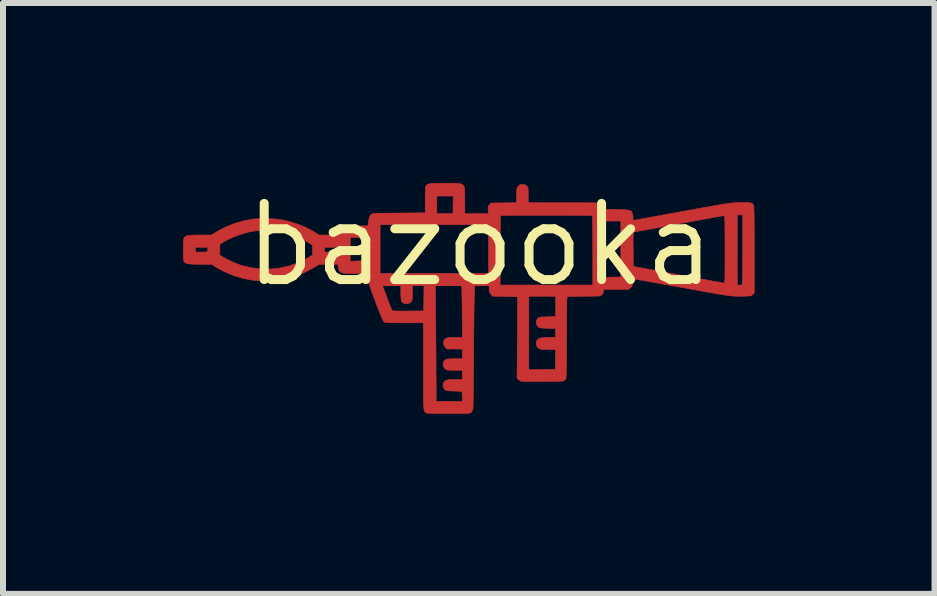
<source format=kicad_pcb>
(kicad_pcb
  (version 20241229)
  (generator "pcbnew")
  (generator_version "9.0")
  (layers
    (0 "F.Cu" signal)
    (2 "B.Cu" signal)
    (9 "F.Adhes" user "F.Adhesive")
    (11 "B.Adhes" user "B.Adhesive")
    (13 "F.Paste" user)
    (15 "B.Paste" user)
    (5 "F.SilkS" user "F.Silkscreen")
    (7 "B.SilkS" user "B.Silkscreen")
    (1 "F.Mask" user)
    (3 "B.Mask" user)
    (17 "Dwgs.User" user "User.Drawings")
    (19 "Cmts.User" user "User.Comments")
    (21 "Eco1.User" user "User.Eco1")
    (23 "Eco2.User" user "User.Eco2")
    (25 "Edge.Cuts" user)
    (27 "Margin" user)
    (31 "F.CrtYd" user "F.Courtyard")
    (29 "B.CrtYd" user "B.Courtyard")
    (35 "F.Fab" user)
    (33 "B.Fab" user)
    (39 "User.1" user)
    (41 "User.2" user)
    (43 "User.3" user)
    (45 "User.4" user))
  (footprint "bazooka"
    (layer "F.Cu")
    (at 4.953 1.031)
    (property "Reference" "bazooka" (at 0 0 0) (layer "F.SilkS") (effects (font (size 1.27 1.27) (thickness 0.15))))
    (attr through_hole)
    (fp_poly (pts (xy -0.499 -1.026) (xy -0.431 -1.025) (xy -0.38 -1.023) (xy -0.341 -1.019) (xy -0.313 -1.013) (xy -0.294 -1.005) (xy -0.28 -0.994) (xy -0.271 -0.98) (xy -0.266 -0.971) (xy -0.261 -0.949) (xy -0.258 -0.908) (xy -0.255 -0.848) (xy -0.254 -0.768) (xy -0.254 -0.731) (xy -0.254 -0.518) (xy -0.056 -0.518) (xy 0.142 -0.518) (xy 0.136 -0.577) (xy 0.133 -0.612) (xy 0.136 -0.635) (xy 0.145 -0.653) (xy 0.155 -0.666) (xy 0.181 -0.696) (xy 0.395 -0.699) (xy 0.61 -0.702) (xy 0.61 -0.823) (xy 0.61 -0.874) (xy 0.611 -0.91) (xy 0.614 -0.934) (xy 0.62 -0.951) (xy 0.628 -0.965) (xy 0.636 -0.975) (xy 0.657 -0.995) (xy 0.68 -1.004) (xy 0.707 -1.006) (xy 0.743 -1.002) (xy 0.769 -0.989) (xy 0.778 -0.981) (xy 0.788 -0.969) (xy 0.795 -0.957) (xy 0.799 -0.94) (xy 0.802 -0.913) (xy 0.803 -0.874) (xy 0.803 -0.829) (xy 0.803 -0.701) (xy 1.406 -0.701) (xy 1.532 -0.701) (xy 1.639 -0.701) (xy 1.729 -0.701) (xy 1.803 -0.7) (xy 1.863 -0.7) (xy 1.911 -0.699) (xy 1.949 -0.698) (xy 1.977 -0.696) (xy 1.997 -0.694) (xy 2.012 -0.692) (xy 2.022 -0.689) (xy 2.029 -0.685) (xy 2.035 -0.681) (xy 2.035 -0.68) (xy 2.057 -0.654) (xy 2.068 -0.625) (xy 2.075 -0.591) (xy 2.279 -0.587) (xy 2.355 -0.586) (xy 2.413 -0.584) (xy 2.456 -0.58) (xy 2.487 -0.575) (xy 2.509 -0.568) (xy 2.523 -0.557) (xy 2.533 -0.543) (xy 2.539 -0.531) (xy 2.546 -0.506) (xy 2.55 -0.472) (xy 2.55 -0.457) (xy 2.551 -0.428) (xy 2.552 -0.41) (xy 2.554 -0.406) (xy 2.564 -0.408) (xy 2.592 -0.413) (xy 2.637 -0.421) (xy 2.696 -0.432) (xy 2.767 -0.445) (xy 2.848 -0.46) (xy 2.939 -0.476) (xy 3.035 -0.494) (xy 3.054 -0.497) (xy 3.058 -0.498) (xy 4.288 -0.498) (xy 4.288 0.671) (xy 4.366 0.671) (xy 4.372 0.608) (xy 4.374 0.586) (xy 4.375 0.545) (xy 4.376 0.489) (xy 4.377 0.419) (xy 4.378 0.337) (xy 4.378 0.247) (xy 4.379 0.149) (xy 4.379 0.046) (xy 4.379 0.024) (xy 4.379 -0.498) (xy 4.288 -0.498) (xy 3.058 -0.498) (xy 3.226 -0.529) (xy 3.38 -0.556) (xy 3.516 -0.581) (xy 3.635 -0.603) (xy 3.74 -0.622) (xy 3.831 -0.638) (xy 3.91 -0.652) (xy 3.978 -0.664) (xy 4.035 -0.673) (xy 4.084 -0.681) (xy 4.125 -0.687) (xy 4.161 -0.692) (xy 4.191 -0.696) (xy 4.218 -0.699) (xy 4.242 -0.701) (xy 4.265 -0.702) (xy 4.289 -0.703) (xy 4.313 -0.704) (xy 4.328 -0.704) (xy 4.401 -0.706) (xy 4.457 -0.705) (xy 4.498 -0.7) (xy 4.527 -0.693) (xy 4.546 -0.681) (xy 4.56 -0.664) (xy 4.561 -0.662) (xy 4.563 -0.649) (xy 4.566 -0.619) (xy 4.567 -0.571) (xy 4.569 -0.505) (xy 4.57 -0.422) (xy 4.571 -0.319) (xy 4.572 -0.198) (xy 4.572 -0.056) (xy 4.572 0.081) (xy 4.572 0.804) (xy 4.547 0.829) (xy 4.514 0.85) (xy 4.484 0.854) (xy 4.433 0.856) (xy 4.388 0.857) (xy 4.349 0.858) (xy 4.313 0.858) (xy 4.278 0.858) (xy 4.244 0.856) (xy 4.207 0.853) (xy 4.168 0.849) (xy 4.123 0.844) (xy 4.072 0.836) (xy 4.012 0.827) (xy 3.942 0.815) (xy 3.861 0.801) (xy 3.766 0.784) (xy 3.656 0.764) (xy 3.529 0.741) (xy 3.386 0.715) (xy 3.26 0.692) (xy 3.14 0.67) (xy 3.027 0.65) (xy 2.923 0.632) (xy 2.829 0.615) (xy 2.746 0.6) (xy 2.677 0.588) (xy 2.622 0.579) (xy 2.584 0.572) (xy 2.563 0.569) (xy 2.56 0.569) (xy 2.549 0.571) (xy 2.543 0.581) (xy 2.54 0.603) (xy 2.54 0.629) (xy 2.539 0.664) (xy 2.534 0.686) (xy 2.523 0.703) (xy 2.509 0.715) (xy 2.477 0.742) (xy 2.062 0.742) (xy 2.062 0.773) (xy 2.053 0.807) (xy 2.029 0.836) (xy 1.995 0.852) (xy 1.979 0.855) (xy 1.96 0.855) (xy 1.923 0.856) (xy 1.873 0.856) (xy 1.812 0.857) (xy 1.745 0.858) (xy 1.707 0.858) (xy 1.639 0.859) (xy 1.577 0.86) (xy 1.525 0.861) (xy 1.485 0.861) (xy 1.461 0.862) (xy 1.455 0.862) (xy 1.453 0.866) (xy 1.451 0.879) (xy 1.449 0.902) (xy 1.447 0.936) (xy 1.446 0.981) (xy 1.445 1.041) (xy 1.444 1.115) (xy 1.443 1.205) (xy 1.443 1.311) (xy 1.443 1.436) (xy 1.443 1.537) (xy 1.442 1.678) (xy 1.442 1.799) (xy 1.442 1.903) (xy 1.441 1.991) (xy 1.44 2.063) (xy 1.439 2.12) (xy 1.437 2.165) (xy 1.435 2.198) (xy 1.433 2.22) (xy 1.431 2.233) (xy 1.43 2.235) (xy 1.411 2.257) (xy 1.386 2.271) (xy 1.37 2.273) (xy 1.337 2.274) (xy 1.289 2.276) (xy 1.23 2.277) (xy 1.163 2.278) (xy 1.09 2.279) (xy 1.014 2.28) (xy 0.938 2.28) (xy 0.866 2.28) (xy 0.8 2.279) (xy 0.743 2.278) (xy 0.698 2.277) (xy 0.693 2.277) (xy 0.67 2.269) (xy 0.646 2.252) (xy 0.643 2.249) (xy 0.616 2.223) (xy 0.618 2.083) (xy 0.813 2.083) (xy 1.255 2.078) (xy 1.258 1.913) (xy 1.26 1.748) (xy 1.145 1.748) (xy 1.095 1.747) (xy 1.049 1.744) (xy 1.014 1.74) (xy 0.997 1.736) (xy 0.964 1.715) (xy 0.943 1.682) (xy 0.936 1.643) (xy 0.944 1.604) (xy 0.951 1.59) (xy 0.969 1.572) (xy 0.996 1.558) (xy 1.036 1.55) (xy 1.09 1.546) (xy 1.151 1.544) (xy 1.261 1.544) (xy 1.255 1.397) (xy 1.119 1.392) (xy 1.064 1.39) (xy 1.026 1.387) (xy 1 1.384) (xy 0.984 1.379) (xy 0.972 1.372) (xy 0.962 1.361) (xy 0.959 1.358) (xy 0.938 1.32) (xy 0.936 1.279) (xy 0.953 1.24) (xy 0.959 1.232) (xy 0.97 1.221) (xy 0.98 1.213) (xy 0.995 1.208) (xy 1.018 1.205) (xy 1.052 1.203) (xy 1.102 1.201) (xy 1.122 1.201) (xy 1.26 1.197) (xy 1.26 0.858) (xy 0.813 0.858) (xy 0.813 2.083) (xy 0.618 2.083) (xy 0.623 1.543) (xy 0.624 1.428) (xy 0.625 1.318) (xy 0.626 1.217) (xy 0.626 1.125) (xy 0.626 1.044) (xy 0.626 0.976) (xy 0.625 0.922) (xy 0.624 0.885) (xy 0.623 0.865) (xy 0.622 0.862) (xy 0.61 0.862) (xy 0.581 0.861) (xy 0.538 0.861) (xy 0.484 0.86) (xy 0.423 0.859) (xy 0.412 0.859) (xy 0.21 0.857) (xy 0.181 0.824) (xy 0.164 0.801) (xy 0.155 0.776) (xy 0.152 0.742) (xy 0.152 0.736) (xy 0.152 0.681) (xy -0.088 0.681) (xy -0.095 0.831) (xy -0.096 0.864) (xy -0.097 0.916) (xy -0.098 0.984) (xy -0.1 1.068) (xy -0.101 1.164) (xy -0.102 1.271) (xy -0.103 1.388) (xy -0.105 1.512) (xy -0.106 1.642) (xy -0.107 1.776) (xy -0.107 1.844) (xy -0.108 1.975) (xy -0.109 2.102) (xy -0.11 2.221) (xy -0.111 2.332) (xy -0.112 2.432) (xy -0.113 2.522) (xy -0.114 2.598) (xy -0.115 2.659) (xy -0.116 2.705) (xy -0.117 2.732) (xy -0.118 2.74) (xy -0.131 2.772) (xy -0.149 2.794) (xy -0.157 2.799) (xy -0.166 2.804) (xy -0.179 2.807) (xy -0.197 2.81) (xy -0.224 2.812) (xy -0.26 2.813) (xy -0.308 2.814) (xy -0.371 2.814) (xy -0.45 2.814) (xy -0.527 2.814) (xy -0.628 2.814) (xy -0.715 2.813) (xy -0.786 2.811) (xy -0.841 2.809) (xy -0.878 2.807) (xy -0.896 2.804) (xy -0.897 2.803) (xy -0.906 2.798) (xy -0.914 2.792) (xy -0.92 2.784) (xy -0.926 2.773) (xy -0.931 2.757) (xy -0.935 2.735) (xy -0.938 2.706) (xy -0.94 2.667) (xy -0.942 2.619) (xy -0.943 2.558) (xy -0.944 2.485) (xy -0.945 2.396) (xy -0.945 2.292) (xy -0.945 2.17) (xy -0.945 2.03) (xy -0.945 2.017) (xy -0.945 1.3) (xy -1.264 1.3) (xy -1.354 1.3) (xy -1.425 1.3) (xy -1.481 1.299) (xy -1.523 1.298) (xy -1.554 1.296) (xy -1.575 1.294) (xy -1.589 1.291) (xy -1.599 1.286) (xy -1.604 1.283) (xy -1.614 1.267) (xy -1.63 1.234) (xy -1.652 1.182) (xy -1.68 1.114) (xy -1.713 1.029) (xy -1.747 0.938) (xy -1.78 0.849) (xy -1.807 0.776) (xy -1.828 0.718) (xy -1.837 0.69) (xy -1.622 0.69) (xy -1.621 0.697) (xy -1.621 0.699) (xy -1.615 0.714) (xy -1.603 0.745) (xy -1.587 0.787) (xy -1.568 0.836) (xy -1.56 0.859) (xy -1.532 0.931) (xy -1.511 0.988) (xy -1.494 1.029) (xy -1.482 1.059) (xy -1.473 1.079) (xy -1.467 1.091) (xy -1.462 1.097) (xy -1.459 1.099) (xy -1.446 1.101) (xy -1.416 1.103) (xy -1.371 1.104) (xy -1.314 1.105) (xy -1.249 1.105) (xy -1.194 1.105) (xy -0.94 1.102) (xy -0.934 0.681) (xy -0.745 0.681) (xy -0.738 1.46) (xy -0.737 1.59) (xy -0.736 1.718) (xy -0.735 1.842) (xy -0.734 1.96) (xy -0.734 2.071) (xy -0.733 2.171) (xy -0.732 2.259) (xy -0.732 2.332) (xy -0.732 2.39) (xy -0.732 2.426) (xy -0.732 2.611) (xy -0.294 2.611) (xy -0.297 2.527) (xy -0.3 2.443) (xy -0.435 2.438) (xy -0.49 2.436) (xy -0.528 2.434) (xy -0.554 2.431) (xy -0.571 2.426) (xy -0.583 2.418) (xy -0.593 2.408) (xy -0.595 2.405) (xy -0.616 2.369) (xy -0.617 2.329) (xy -0.608 2.301) (xy -0.594 2.279) (xy -0.575 2.264) (xy -0.546 2.254) (xy -0.505 2.248) (xy -0.448 2.246) (xy -0.417 2.245) (xy -0.295 2.245) (xy -0.295 2.093) (xy -0.424 2.093) (xy -0.48 2.092) (xy -0.52 2.09) (xy -0.547 2.087) (xy -0.564 2.082) (xy -0.575 2.075) (xy -0.604 2.041) (xy -0.616 2.002) (xy -0.613 1.963) (xy -0.592 1.929) (xy -0.582 1.921) (xy -0.569 1.912) (xy -0.554 1.906) (xy -0.531 1.903) (xy -0.498 1.901) (xy -0.45 1.9) (xy -0.425 1.9) (xy -0.295 1.9) (xy -0.295 1.835) (xy -0.294 1.798) (xy -0.291 1.768) (xy -0.288 1.753) (xy -0.288 1.747) (xy -0.295 1.742) (xy -0.311 1.74) (xy -0.341 1.738) (xy -0.386 1.737) (xy -0.416 1.737) (xy -0.55 1.737) (xy -0.58 1.708) (xy -0.604 1.671) (xy -0.609 1.629) (xy -0.598 1.592) (xy -0.586 1.573) (xy -0.568 1.56) (xy -0.54 1.551) (xy -0.5 1.546) (xy -0.444 1.544) (xy -0.415 1.544) (xy -0.292 1.544) (xy -0.298 1.115) (xy -0.299 1.024) (xy -0.3 0.939) (xy -0.302 0.863) (xy -0.303 0.797) (xy -0.303 0.745) (xy -0.304 0.707) (xy -0.304 0.687) (xy -0.305 0.683) (xy -0.314 0.683) (xy -0.341 0.682) (xy -0.383 0.681) (xy -0.436 0.681) (xy -0.498 0.681) (xy -0.525 0.681) (xy -0.745 0.681) (xy -0.934 0.681) (xy -1.128 0.681) (xy -1.128 0.803) (xy -1.128 0.855) (xy -1.129 0.891) (xy -1.132 0.914) (xy -1.137 0.93) (xy -1.145 0.943) (xy -1.157 0.956) (xy -1.194 0.98) (xy -1.236 0.985) (xy -1.273 0.974) (xy -1.292 0.962) (xy -1.306 0.943) (xy -1.314 0.914) (xy -1.319 0.872) (xy -1.321 0.813) (xy -1.321 0.797) (xy -1.321 0.681) (xy -1.474 0.681) (xy -1.533 0.681) (xy -1.574 0.682) (xy -1.601 0.683) (xy -1.616 0.686) (xy -1.622 0.69) (xy -1.837 0.69) (xy -1.844 0.672) (xy -1.855 0.636) (xy -1.862 0.608) (xy -1.867 0.584) (xy -1.869 0.564) (xy -1.869 0.545) (xy -1.869 0.478) (xy -2.078 0.478) (xy -2.154 0.477) (xy -2.212 0.476) (xy -2.254 0.474) (xy -2.285 0.471) (xy -2.305 0.467) (xy -2.316 0.463) (xy -2.343 0.438) (xy -2.361 0.4) (xy -2.367 0.354) (xy -2.367 0.325) (xy -2.679 0.325) (xy -2.77 0.379) (xy -2.926 0.462) (xy -3.088 0.525) (xy -3.256 0.57) (xy -3.426 0.597) (xy -3.597 0.604) (xy -3.768 0.593) (xy -3.937 0.563) (xy -4.103 0.514) (xy -4.264 0.447) (xy -4.405 0.37) (xy -4.477 0.325) (xy -4.667 0.325) (xy -4.747 0.324) (xy -4.808 0.322) (xy -4.855 0.318) (xy -4.889 0.312) (xy -4.912 0.302) (xy -4.928 0.289) (xy -4.937 0.276) (xy -4.941 0.258) (xy -4.944 0.222) (xy -4.947 0.17) (xy -4.948 0.107) (xy -4.948 0.079) (xy -4.948 0.041) (xy -4.745 0.041) (xy -4.745 0.122) (xy -4.644 0.122) (xy -4.589 0.121) (xy -4.555 0.117) (xy -4.54 0.111) (xy -4.539 0.11) (xy -4.538 0.092) (xy -4.54 0.069) (xy -4.544 0.041) (xy -4.745 0.041) (xy -4.948 0.041) (xy -4.948 0.008) (xy -4.947 -0.007) (xy -4.338 -0.007) (xy -4.338 0.171) (xy -4.29 0.202) (xy -4.232 0.235) (xy -4.162 0.27) (xy -4.087 0.303) (xy -4.013 0.332) (xy -3.957 0.35) (xy -3.81 0.384) (xy -3.657 0.403) (xy -3.503 0.405) (xy -3.363 0.392) (xy -3.201 0.357) (xy -3.045 0.304) (xy -2.898 0.233) (xy -2.854 0.208) (xy -2.794 0.171) (xy -2.794 0.122) (xy -2.596 0.122) (xy -2.367 0.122) (xy -2.367 0.041) (xy -2.589 0.041) (xy -2.593 0.081) (xy -2.596 0.122) (xy -2.794 0.122) (xy -2.794 0.005) (xy -2.853 -0.032) (xy -2.991 -0.109) (xy -3.022 -0.122) (xy -2.164 -0.122) (xy -2.164 0.277) (xy -2.056 0.271) (xy -2.006 0.268) (xy -1.96 0.266) (xy -1.924 0.264) (xy -1.909 0.264) (xy -1.869 0.264) (xy -1.869 -0.122) (xy -2.164 -0.122) (xy -3.022 -0.122) (xy -3.141 -0.17) (xy -3.301 -0.214) (xy -3.305 -0.215) (xy -3.381 -0.227) (xy -3.469 -0.235) (xy -3.563 -0.238) (xy -3.657 -0.237) (xy -3.744 -0.232) (xy -3.818 -0.221) (xy -3.82 -0.221) (xy -3.917 -0.197) (xy -4.018 -0.165) (xy -4.117 -0.127) (xy -4.209 -0.085) (xy -4.287 -0.041) (xy -4.3 -0.033) (xy -4.338 -0.007) (xy -4.947 -0.007) (xy -4.946 -0.046) (xy -4.942 -0.085) (xy -4.935 -0.112) (xy -4.925 -0.129) (xy -4.909 -0.141) (xy -4.888 -0.149) (xy -4.879 -0.152) (xy -4.857 -0.155) (xy -4.818 -0.158) (xy -4.767 -0.161) (xy -4.709 -0.162) (xy -4.659 -0.163) (xy -4.477 -0.163) (xy -4.403 -0.209) (xy -4.257 -0.289) (xy -4.099 -0.353) (xy -3.932 -0.401) (xy -3.8 -0.426) (xy -3.729 -0.434) (xy -3.644 -0.437) (xy -3.552 -0.437) (xy -3.46 -0.433) (xy -3.374 -0.426) (xy -3.312 -0.417) (xy -3.181 -0.388) (xy -3.048 -0.347) (xy -2.921 -0.296) (xy -2.804 -0.237) (xy -2.748 -0.203) (xy -2.686 -0.163) (xy -2.367 -0.163) (xy -2.367 -0.192) (xy -2.364 -0.222) (xy -2.356 -0.254) (xy -2.347 -0.273) (xy -2.335 -0.287) (xy -2.317 -0.298) (xy -2.289 -0.306) (xy -2.251 -0.311) (xy -2.199 -0.314) (xy -2.131 -0.315) (xy -2.074 -0.315) (xy -1.871 -0.315) (xy -1.868 -0.335) (xy -1.666 -0.335) (xy -1.666 0.478) (xy 0.142 0.478) (xy 0.142 0.093) (xy 0.335 0.093) (xy 0.335 0.671) (xy 1.88 0.671) (xy 1.88 0.091) (xy 1.879 -0.015) (xy 1.879 -0.115) (xy 1.879 -0.207) (xy 1.878 -0.289) (xy 1.877 -0.36) (xy 1.876 -0.396) (xy 2.083 -0.396) (xy 2.083 0.551) (xy 2.121 0.545) (xy 2.148 0.542) (xy 2.189 0.54) (xy 2.236 0.539) (xy 2.253 0.539) (xy 2.347 0.538) (xy 2.347 -0.01) (xy 2.552 -0.01) (xy 2.553 0.074) (xy 2.555 0.36) (xy 2.652 0.379) (xy 2.68 0.384) (xy 2.725 0.392) (xy 2.787 0.404) (xy 2.862 0.417) (xy 2.948 0.433) (xy 3.043 0.451) (xy 3.146 0.47) (xy 3.253 0.489) (xy 3.332 0.504) (xy 3.441 0.524) (xy 3.545 0.543) (xy 3.643 0.561) (xy 3.733 0.578) (xy 3.812 0.592) (xy 3.879 0.605) (xy 3.931 0.614) (xy 3.967 0.621) (xy 3.983 0.624) (xy 4.02 0.631) (xy 4.05 0.637) (xy 4.067 0.639) (xy 4.07 0.638) (xy 4.074 0.635) (xy 4.076 0.626) (xy 4.079 0.612) (xy 4.08 0.59) (xy 4.082 0.559) (xy 4.083 0.517) (xy 4.083 0.463) (xy 4.084 0.395) (xy 4.084 0.312) (xy 4.084 0.211) (xy 4.084 0.092) (xy 4.084 0.076) (xy 4.084 -0.029) (xy 4.084 -0.127) (xy 4.083 -0.218) (xy 4.082 -0.298) (xy 4.081 -0.367) (xy 4.08 -0.422) (xy 4.078 -0.461) (xy 4.077 -0.483) (xy 4.076 -0.488) (xy 4.063 -0.486) (xy 4.032 -0.481) (xy 3.983 -0.472) (xy 3.919 -0.461) (xy 3.84 -0.446) (xy 3.749 -0.43) (xy 3.645 -0.411) (xy 3.532 -0.39) (xy 3.485 -0.381) (xy 3.338 -0.354) (xy 3.201 -0.329) (xy 3.074 -0.305) (xy 2.958 -0.284) (xy 2.855 -0.265) (xy 2.765 -0.249) (xy 2.69 -0.236) (xy 2.631 -0.225) (xy 2.59 -0.218) (xy 2.566 -0.214) (xy 2.561 -0.213) (xy 2.557 -0.206) (xy 2.555 -0.183) (xy 2.553 -0.143) (xy 2.552 -0.086) (xy 2.552 -0.01) (xy 2.347 -0.01) (xy 2.347 -0.396) (xy 2.083 -0.396) (xy 1.876 -0.396) (xy 1.876 -0.417) (xy 1.874 -0.458) (xy 1.873 -0.483) (xy 1.872 -0.489) (xy 1.859 -0.49) (xy 1.828 -0.49) (xy 1.781 -0.491) (xy 1.719 -0.491) (xy 1.645 -0.491) (xy 1.56 -0.492) (xy 1.467 -0.492) (xy 1.367 -0.492) (xy 1.263 -0.492) (xy 1.155 -0.492) (xy 1.047 -0.492) (xy 0.94 -0.492) (xy 0.836 -0.492) (xy 0.738 -0.492) (xy 0.646 -0.492) (xy 0.563 -0.492) (xy 0.49 -0.492) (xy 0.431 -0.491) (xy 0.386 -0.491) (xy 0.358 -0.49) (xy 0.348 -0.49) (xy 0.345 -0.485) (xy 0.343 -0.471) (xy 0.341 -0.447) (xy 0.339 -0.411) (xy 0.338 -0.363) (xy 0.337 -0.3) (xy 0.336 -0.223) (xy 0.336 -0.128) (xy 0.335 -0.016) (xy 0.335 0.093) (xy 0.142 0.093) (xy 0.142 -0.335) (xy -1.666 -0.335) (xy -1.868 -0.335) (xy -1.864 -0.363) (xy -1.854 -0.423) (xy -1.842 -0.465) (xy -1.827 -0.493) (xy -1.818 -0.504) (xy -1.812 -0.509) (xy -1.803 -0.512) (xy -1.791 -0.516) (xy -1.773 -0.518) (xy -1.746 -0.52) (xy -1.711 -0.522) (xy -1.664 -0.524) (xy -1.603 -0.525) (xy -1.527 -0.526) (xy -1.434 -0.527) (xy -1.355 -0.528) (xy -0.913 -0.533) (xy -0.914 -0.744) (xy -0.914 -0.813) (xy -0.721 -0.813) (xy -0.721 -0.518) (xy -0.587 -0.52) (xy -0.452 -0.523) (xy -0.449 -0.668) (xy -0.446 -0.813) (xy -0.721 -0.813) (xy -0.914 -0.813) (xy -0.914 -0.823) (xy -0.913 -0.887) (xy -0.91 -0.935) (xy -0.907 -0.965) (xy -0.904 -0.975) (xy -0.895 -0.99) (xy -0.883 -1.002) (xy -0.865 -1.011) (xy -0.84 -1.017) (xy -0.805 -1.022) (xy -0.758 -1.024) (xy -0.695 -1.026) (xy -0.616 -1.026) (xy -0.584 -1.026) (xy -0.499 -1.026)) (stroke (width 0.01) (type solid)) (fill yes) (layer "F.Cu"))
    (fp_poly (pts (xy -0.499 -1.026) (xy -0.431 -1.025) (xy -0.38 -1.023) (xy -0.341 -1.019) (xy -0.313 -1.013) (xy -0.294 -1.005) (xy -0.28 -0.994) (xy -0.271 -0.98) (xy -0.266 -0.971) (xy -0.261 -0.949) (xy -0.258 -0.908) (xy -0.255 -0.848) (xy -0.254 -0.768) (xy -0.254 -0.731) (xy -0.254 -0.518) (xy -0.056 -0.518) (xy 0.142 -0.518) (xy 0.136 -0.577) (xy 0.133 -0.612) (xy 0.136 -0.635) (xy 0.145 -0.653) (xy 0.155 -0.666) (xy 0.181 -0.696) (xy 0.395 -0.699) (xy 0.61 -0.702) (xy 0.61 -0.823) (xy 0.61 -0.874) (xy 0.611 -0.91) (xy 0.614 -0.934) (xy 0.62 -0.951) (xy 0.628 -0.965) (xy 0.636 -0.975) (xy 0.657 -0.995) (xy 0.68 -1.004) (xy 0.707 -1.006) (xy 0.743 -1.002) (xy 0.769 -0.989) (xy 0.778 -0.981) (xy 0.788 -0.969) (xy 0.795 -0.957) (xy 0.799 -0.94) (xy 0.802 -0.913) (xy 0.803 -0.874) (xy 0.803 -0.829) (xy 0.803 -0.701) (xy 1.406 -0.701) (xy 1.532 -0.701) (xy 1.639 -0.701) (xy 1.729 -0.701) (xy 1.803 -0.7) (xy 1.863 -0.7) (xy 1.911 -0.699) (xy 1.949 -0.698) (xy 1.977 -0.696) (xy 1.997 -0.694) (xy 2.012 -0.692) (xy 2.022 -0.689) (xy 2.029 -0.685) (xy 2.035 -0.681) (xy 2.035 -0.68) (xy 2.057 -0.654) (xy 2.068 -0.625) (xy 2.075 -0.591) (xy 2.279 -0.587) (xy 2.355 -0.586) (xy 2.413 -0.584) (xy 2.456 -0.58) (xy 2.487 -0.575) (xy 2.509 -0.568) (xy 2.523 -0.557) (xy 2.533 -0.543) (xy 2.539 -0.531) (xy 2.546 -0.506) (xy 2.55 -0.472) (xy 2.55 -0.457) (xy 2.551 -0.428) (xy 2.552 -0.41) (xy 2.554 -0.406) (xy 2.564 -0.408) (xy 2.592 -0.413) (xy 2.637 -0.421) (xy 2.696 -0.432) (xy 2.767 -0.445) (xy 2.848 -0.46) (xy 2.939 -0.476) (xy 3.035 -0.494) (xy 3.054 -0.497) (xy 3.058 -0.498) (xy 4.288 -0.498) (xy 4.288 0.671) (xy 4.366 0.671) (xy 4.372 0.608) (xy 4.374 0.586) (xy 4.375 0.545) (xy 4.376 0.489) (xy 4.377 0.419) (xy 4.378 0.337) (xy 4.378 0.247) (xy 4.379 0.149) (xy 4.379 0.046) (xy 4.379 0.024) (xy 4.379 -0.498) (xy 4.288 -0.498) (xy 3.058 -0.498) (xy 3.226 -0.529) (xy 3.38 -0.556) (xy 3.516 -0.581) (xy 3.635 -0.603) (xy 3.74 -0.622) (xy 3.831 -0.638) (xy 3.91 -0.652) (xy 3.978 -0.664) (xy 4.035 -0.673) (xy 4.084 -0.681) (xy 4.125 -0.687) (xy 4.161 -0.692) (xy 4.191 -0.696) (xy 4.218 -0.699) (xy 4.242 -0.701) (xy 4.265 -0.702) (xy 4.289 -0.703) (xy 4.313 -0.704) (xy 4.328 -0.704) (xy 4.401 -0.706) (xy 4.457 -0.705) (xy 4.498 -0.7) (xy 4.527 -0.693) (xy 4.546 -0.681) (xy 4.56 -0.664) (xy 4.561 -0.662) (xy 4.563 -0.649) (xy 4.566 -0.619) (xy 4.567 -0.571) (xy 4.569 -0.505) (xy 4.57 -0.422) (xy 4.571 -0.319) (xy 4.572 -0.198) (xy 4.572 -0.056) (xy 4.572 0.081) (xy 4.572 0.804) (xy 4.547 0.829) (xy 4.514 0.85) (xy 4.484 0.854) (xy 4.433 0.856) (xy 4.388 0.857) (xy 4.349 0.858) (xy 4.313 0.858) (xy 4.278 0.858) (xy 4.244 0.856) (xy 4.207 0.853) (xy 4.168 0.849) (xy 4.123 0.844) (xy 4.072 0.836) (xy 4.012 0.827) (xy 3.942 0.815) (xy 3.861 0.801) (xy 3.766 0.784) (xy 3.656 0.764) (xy 3.529 0.741) (xy 3.386 0.715) (xy 3.26 0.692) (xy 3.14 0.67) (xy 3.027 0.65) (xy 2.923 0.632) (xy 2.829 0.615) (xy 2.746 0.6) (xy 2.677 0.588) (xy 2.622 0.579) (xy 2.584 0.572) (xy 2.563 0.569) (xy 2.56 0.569) (xy 2.549 0.571) (xy 2.543 0.581) (xy 2.54 0.603) (xy 2.54 0.629) (xy 2.539 0.664) (xy 2.534 0.686) (xy 2.523 0.703) (xy 2.509 0.715) (xy 2.477 0.742) (xy 2.062 0.742) (xy 2.062 0.773) (xy 2.053 0.807) (xy 2.029 0.836) (xy 1.995 0.852) (xy 1.979 0.855) (xy 1.96 0.855) (xy 1.923 0.856) (xy 1.873 0.856) (xy 1.812 0.857) (xy 1.745 0.858) (xy 1.707 0.858) (xy 1.639 0.859) (xy 1.577 0.86) (xy 1.525 0.861) (xy 1.485 0.861) (xy 1.461 0.862) (xy 1.455 0.862) (xy 1.453 0.866) (xy 1.451 0.879) (xy 1.449 0.902) (xy 1.447 0.936) (xy 1.446 0.981) (xy 1.445 1.041) (xy 1.444 1.115) (xy 1.443 1.205) (xy 1.443 1.311) (xy 1.443 1.436) (xy 1.443 1.537) (xy 1.442 1.678) (xy 1.442 1.799) (xy 1.442 1.903) (xy 1.441 1.991) (xy 1.44 2.063) (xy 1.439 2.12) (xy 1.437 2.165) (xy 1.435 2.198) (xy 1.433 2.22) (xy 1.431 2.233) (xy 1.43 2.235) (xy 1.411 2.257) (xy 1.386 2.271) (xy 1.37 2.273) (xy 1.337 2.274) (xy 1.289 2.276) (xy 1.23 2.277) (xy 1.163 2.278) (xy 1.09 2.279) (xy 1.014 2.28) (xy 0.938 2.28) (xy 0.866 2.28) (xy 0.8 2.279) (xy 0.743 2.278) (xy 0.698 2.277) (xy 0.693 2.277) (xy 0.67 2.269) (xy 0.646 2.252) (xy 0.643 2.249) (xy 0.616 2.223) (xy 0.618 2.083) (xy 0.813 2.083) (xy 1.255 2.078) (xy 1.258 1.913) (xy 1.26 1.748) (xy 1.145 1.748) (xy 1.095 1.747) (xy 1.049 1.744) (xy 1.014 1.74) (xy 0.997 1.736) (xy 0.964 1.715) (xy 0.943 1.682) (xy 0.936 1.643) (xy 0.944 1.604) (xy 0.951 1.59) (xy 0.969 1.572) (xy 0.996 1.558) (xy 1.036 1.55) (xy 1.09 1.546) (xy 1.151 1.544) (xy 1.261 1.544) (xy 1.255 1.397) (xy 1.119 1.392) (xy 1.064 1.39) (xy 1.026 1.387) (xy 1 1.384) (xy 0.984 1.379) (xy 0.972 1.372) (xy 0.962 1.361) (xy 0.959 1.358) (xy 0.938 1.32) (xy 0.936 1.279) (xy 0.953 1.24) (xy 0.959 1.232) (xy 0.97 1.221) (xy 0.98 1.213) (xy 0.995 1.208) (xy 1.018 1.205) (xy 1.052 1.203) (xy 1.102 1.201) (xy 1.122 1.201) (xy 1.26 1.197) (xy 1.26 0.858) (xy 0.813 0.858) (xy 0.813 2.083) (xy 0.618 2.083) (xy 0.623 1.543) (xy 0.624 1.428) (xy 0.625 1.318) (xy 0.626 1.217) (xy 0.626 1.125) (xy 0.626 1.044) (xy 0.626 0.976) (xy 0.625 0.922) (xy 0.624 0.885) (xy 0.623 0.865) (xy 0.622 0.862) (xy 0.61 0.862) (xy 0.581 0.861) (xy 0.538 0.861) (xy 0.484 0.86) (xy 0.423 0.859) (xy 0.412 0.859) (xy 0.21 0.857) (xy 0.181 0.824) (xy 0.164 0.801) (xy 0.155 0.776) (xy 0.152 0.742) (xy 0.152 0.736) (xy 0.152 0.681) (xy -0.088 0.681) (xy -0.095 0.831) (xy -0.096 0.864) (xy -0.097 0.916) (xy -0.098 0.984) (xy -0.1 1.068) (xy -0.101 1.164) (xy -0.102 1.271) (xy -0.103 1.388) (xy -0.105 1.512) (xy -0.106 1.642) (xy -0.107 1.776) (xy -0.107 1.844) (xy -0.108 1.975) (xy -0.109 2.102) (xy -0.11 2.221) (xy -0.111 2.332) (xy -0.112 2.432) (xy -0.113 2.522) (xy -0.114 2.598) (xy -0.115 2.659) (xy -0.116 2.705) (xy -0.117 2.732) (xy -0.118 2.74) (xy -0.131 2.772) (xy -0.149 2.794) (xy -0.157 2.799) (xy -0.166 2.804) (xy -0.179 2.807) (xy -0.197 2.81) (xy -0.224 2.812) (xy -0.26 2.813) (xy -0.308 2.814) (xy -0.371 2.814) (xy -0.45 2.814) (xy -0.527 2.814) (xy -0.628 2.814) (xy -0.715 2.813) (xy -0.786 2.811) (xy -0.841 2.809) (xy -0.878 2.807) (xy -0.896 2.804) (xy -0.897 2.803) (xy -0.906 2.798) (xy -0.914 2.792) (xy -0.92 2.784) (xy -0.926 2.773) (xy -0.931 2.757) (xy -0.935 2.735) (xy -0.938 2.706) (xy -0.94 2.667) (xy -0.942 2.619) (xy -0.943 2.558) (xy -0.944 2.485) (xy -0.945 2.396) (xy -0.945 2.292) (xy -0.945 2.17) (xy -0.945 2.03) (xy -0.945 2.017) (xy -0.945 1.3) (xy -1.264 1.3) (xy -1.354 1.3) (xy -1.425 1.3) (xy -1.481 1.299) (xy -1.523 1.298) (xy -1.554 1.296) (xy -1.575 1.294) (xy -1.589 1.291) (xy -1.599 1.286) (xy -1.604 1.283) (xy -1.614 1.267) (xy -1.63 1.234) (xy -1.652 1.182) (xy -1.68 1.114) (xy -1.713 1.029) (xy -1.747 0.938) (xy -1.78 0.849) (xy -1.807 0.776) (xy -1.828 0.718) (xy -1.837 0.69) (xy -1.622 0.69) (xy -1.621 0.697) (xy -1.621 0.699) (xy -1.615 0.714) (xy -1.603 0.745) (xy -1.587 0.787) (xy -1.568 0.836) (xy -1.56 0.859) (xy -1.532 0.931) (xy -1.511 0.988) (xy -1.494 1.029) (xy -1.482 1.059) (xy -1.473 1.079) (xy -1.467 1.091) (xy -1.462 1.097) (xy -1.459 1.099) (xy -1.446 1.101) (xy -1.416 1.103) (xy -1.371 1.104) (xy -1.314 1.105) (xy -1.249 1.105) (xy -1.194 1.105) (xy -0.94 1.102) (xy -0.934 0.681) (xy -0.745 0.681) (xy -0.738 1.46) (xy -0.737 1.59) (xy -0.736 1.718) (xy -0.735 1.842) (xy -0.734 1.96) (xy -0.734 2.071) (xy -0.733 2.171) (xy -0.732 2.259) (xy -0.732 2.332) (xy -0.732 2.39) (xy -0.732 2.426) (xy -0.732 2.611) (xy -0.294 2.611) (xy -0.297 2.527) (xy -0.3 2.443) (xy -0.435 2.438) (xy -0.49 2.436) (xy -0.528 2.434) (xy -0.554 2.431) (xy -0.571 2.426) (xy -0.583 2.418) (xy -0.593 2.408) (xy -0.595 2.405) (xy -0.616 2.369) (xy -0.617 2.329) (xy -0.608 2.301) (xy -0.594 2.279) (xy -0.575 2.264) (xy -0.546 2.254) (xy -0.505 2.248) (xy -0.448 2.246) (xy -0.417 2.245) (xy -0.295 2.245) (xy -0.295 2.093) (xy -0.424 2.093) (xy -0.48 2.092) (xy -0.52 2.09) (xy -0.547 2.087) (xy -0.564 2.082) (xy -0.575 2.075) (xy -0.604 2.041) (xy -0.616 2.002) (xy -0.613 1.963) (xy -0.592 1.929) (xy -0.582 1.921) (xy -0.569 1.912) (xy -0.554 1.906) (xy -0.531 1.903) (xy -0.498 1.901) (xy -0.45 1.9) (xy -0.425 1.9) (xy -0.295 1.9) (xy -0.295 1.835) (xy -0.294 1.798) (xy -0.291 1.768) (xy -0.288 1.753) (xy -0.288 1.747) (xy -0.295 1.742) (xy -0.311 1.74) (xy -0.341 1.738) (xy -0.386 1.737) (xy -0.416 1.737) (xy -0.55 1.737) (xy -0.58 1.708) (xy -0.604 1.671) (xy -0.609 1.629) (xy -0.598 1.592) (xy -0.586 1.573) (xy -0.568 1.56) (xy -0.54 1.551) (xy -0.5 1.546) (xy -0.444 1.544) (xy -0.415 1.544) (xy -0.292 1.544) (xy -0.298 1.115) (xy -0.299 1.024) (xy -0.3 0.939) (xy -0.302 0.863) (xy -0.303 0.797) (xy -0.303 0.745) (xy -0.304 0.707) (xy -0.304 0.687) (xy -0.305 0.683) (xy -0.314 0.683) (xy -0.341 0.682) (xy -0.383 0.681) (xy -0.436 0.681) (xy -0.498 0.681) (xy -0.525 0.681) (xy -0.745 0.681) (xy -0.934 0.681) (xy -1.128 0.681) (xy -1.128 0.803) (xy -1.128 0.855) (xy -1.129 0.891) (xy -1.132 0.914) (xy -1.137 0.93) (xy -1.145 0.943) (xy -1.157 0.956) (xy -1.194 0.98) (xy -1.236 0.985) (xy -1.273 0.974) (xy -1.292 0.962) (xy -1.306 0.943) (xy -1.314 0.914) (xy -1.319 0.872) (xy -1.321 0.813) (xy -1.321 0.797) (xy -1.321 0.681) (xy -1.474 0.681) (xy -1.533 0.681) (xy -1.574 0.682) (xy -1.601 0.683) (xy -1.616 0.686) (xy -1.622 0.69) (xy -1.837 0.69) (xy -1.844 0.672) (xy -1.855 0.636) (xy -1.862 0.608) (xy -1.867 0.584) (xy -1.869 0.564) (xy -1.869 0.545) (xy -1.869 0.478) (xy -2.078 0.478) (xy -2.154 0.477) (xy -2.212 0.476) (xy -2.254 0.474) (xy -2.285 0.471) (xy -2.305 0.467) (xy -2.316 0.463) (xy -2.343 0.438) (xy -2.361 0.4) (xy -2.367 0.354) (xy -2.367 0.325) (xy -2.679 0.325) (xy -2.77 0.379) (xy -2.926 0.462) (xy -3.088 0.525) (xy -3.256 0.57) (xy -3.426 0.597) (xy -3.597 0.604) (xy -3.768 0.593) (xy -3.937 0.563) (xy -4.103 0.514) (xy -4.264 0.447) (xy -4.405 0.37) (xy -4.477 0.325) (xy -4.667 0.325) (xy -4.747 0.324) (xy -4.808 0.322) (xy -4.855 0.318) (xy -4.889 0.312) (xy -4.912 0.302) (xy -4.928 0.289) (xy -4.937 0.276) (xy -4.941 0.258) (xy -4.944 0.222) (xy -4.947 0.17) (xy -4.948 0.107) (xy -4.948 0.079) (xy -4.948 0.041) (xy -4.745 0.041) (xy -4.745 0.122) (xy -4.644 0.122) (xy -4.589 0.121) (xy -4.555 0.117) (xy -4.54 0.111) (xy -4.539 0.11) (xy -4.538 0.092) (xy -4.54 0.069) (xy -4.544 0.041) (xy -4.745 0.041) (xy -4.948 0.041) (xy -4.948 0.008) (xy -4.947 -0.007) (xy -4.338 -0.007) (xy -4.338 0.171) (xy -4.29 0.202) (xy -4.232 0.235) (xy -4.162 0.27) (xy -4.087 0.303) (xy -4.013 0.332) (xy -3.957 0.35) (xy -3.81 0.384) (xy -3.657 0.403) (xy -3.503 0.405) (xy -3.363 0.392) (xy -3.201 0.357) (xy -3.045 0.304) (xy -2.898 0.233) (xy -2.854 0.208) (xy -2.794 0.171) (xy -2.794 0.122) (xy -2.596 0.122) (xy -2.367 0.122) (xy -2.367 0.041) (xy -2.589 0.041) (xy -2.593 0.081) (xy -2.596 0.122) (xy -2.794 0.122) (xy -2.794 0.005) (xy -2.853 -0.032) (xy -2.991 -0.109) (xy -3.022 -0.122) (xy -2.164 -0.122) (xy -2.164 0.277) (xy -2.056 0.271) (xy -2.006 0.268) (xy -1.96 0.266) (xy -1.924 0.264) (xy -1.909 0.264) (xy -1.869 0.264) (xy -1.869 -0.122) (xy -2.164 -0.122) (xy -3.022 -0.122) (xy -3.141 -0.17) (xy -3.301 -0.214) (xy -3.305 -0.215) (xy -3.381 -0.227) (xy -3.469 -0.235) (xy -3.563 -0.238) (xy -3.657 -0.237) (xy -3.744 -0.232) (xy -3.818 -0.221) (xy -3.82 -0.221) (xy -3.917 -0.197) (xy -4.018 -0.165) (xy -4.117 -0.127) (xy -4.209 -0.085) (xy -4.287 -0.041) (xy -4.3 -0.033) (xy -4.338 -0.007) (xy -4.947 -0.007) (xy -4.946 -0.046) (xy -4.942 -0.085) (xy -4.935 -0.112) (xy -4.925 -0.129) (xy -4.909 -0.141) (xy -4.888 -0.149) (xy -4.879 -0.152) (xy -4.857 -0.155) (xy -4.818 -0.158) (xy -4.767 -0.161) (xy -4.709 -0.162) (xy -4.659 -0.163) (xy -4.477 -0.163) (xy -4.403 -0.209) (xy -4.257 -0.289) (xy -4.099 -0.353) (xy -3.932 -0.401) (xy -3.8 -0.426) (xy -3.729 -0.434) (xy -3.644 -0.437) (xy -3.552 -0.437) (xy -3.46 -0.433) (xy -3.374 -0.426) (xy -3.312 -0.417) (xy -3.181 -0.388) (xy -3.048 -0.347) (xy -2.921 -0.296) (xy -2.804 -0.237) (xy -2.748 -0.203) (xy -2.686 -0.163) (xy -2.367 -0.163) (xy -2.367 -0.192) (xy -2.364 -0.222) (xy -2.356 -0.254) (xy -2.347 -0.273) (xy -2.335 -0.287) (xy -2.317 -0.298) (xy -2.289 -0.306) (xy -2.251 -0.311) (xy -2.199 -0.314) (xy -2.131 -0.315) (xy -2.074 -0.315) (xy -1.871 -0.315) (xy -1.868 -0.335) (xy -1.666 -0.335) (xy -1.666 0.478) (xy 0.142 0.478) (xy 0.142 0.093) (xy 0.335 0.093) (xy 0.335 0.671) (xy 1.88 0.671) (xy 1.88 0.091) (xy 1.879 -0.015) (xy 1.879 -0.115) (xy 1.879 -0.207) (xy 1.878 -0.289) (xy 1.877 -0.36) (xy 1.876 -0.396) (xy 2.083 -0.396) (xy 2.083 0.551) (xy 2.121 0.545) (xy 2.148 0.542) (xy 2.189 0.54) (xy 2.236 0.539) (xy 2.253 0.539) (xy 2.347 0.538) (xy 2.347 -0.01) (xy 2.552 -0.01) (xy 2.553 0.074) (xy 2.555 0.36) (xy 2.652 0.379) (xy 2.68 0.384) (xy 2.725 0.392) (xy 2.787 0.404) (xy 2.862 0.417) (xy 2.948 0.433) (xy 3.043 0.451) (xy 3.146 0.47) (xy 3.253 0.489) (xy 3.332 0.504) (xy 3.441 0.524) (xy 3.545 0.543) (xy 3.643 0.561) (xy 3.733 0.578) (xy 3.812 0.592) (xy 3.879 0.605) (xy 3.931 0.614) (xy 3.967 0.621) (xy 3.983 0.624) (xy 4.02 0.631) (xy 4.05 0.637) (xy 4.067 0.639) (xy 4.07 0.638) (xy 4.074 0.635) (xy 4.076 0.626) (xy 4.079 0.612) (xy 4.08 0.59) (xy 4.082 0.559) (xy 4.083 0.517) (xy 4.083 0.463) (xy 4.084 0.395) (xy 4.084 0.312) (xy 4.084 0.211) (xy 4.084 0.092) (xy 4.084 0.076) (xy 4.084 -0.029) (xy 4.084 -0.127) (xy 4.083 -0.218) (xy 4.082 -0.298) (xy 4.081 -0.367) (xy 4.08 -0.422) (xy 4.078 -0.461) (xy 4.077 -0.483) (xy 4.076 -0.488) (xy 4.063 -0.486) (xy 4.032 -0.481) (xy 3.983 -0.472) (xy 3.919 -0.461) (xy 3.84 -0.446) (xy 3.749 -0.43) (xy 3.645 -0.411) (xy 3.532 -0.39) (xy 3.485 -0.381) (xy 3.338 -0.354) (xy 3.201 -0.329) (xy 3.074 -0.305) (xy 2.958 -0.284) (xy 2.855 -0.265) (xy 2.765 -0.249) (xy 2.69 -0.236) (xy 2.631 -0.225) (xy 2.59 -0.218) (xy 2.566 -0.214) (xy 2.561 -0.213) (xy 2.557 -0.206) (xy 2.555 -0.183) (xy 2.553 -0.143) (xy 2.552 -0.086) (xy 2.552 -0.01) (xy 2.347 -0.01) (xy 2.347 -0.396) (xy 2.083 -0.396) (xy 1.876 -0.396) (xy 1.876 -0.417) (xy 1.874 -0.458) (xy 1.873 -0.483) (xy 1.872 -0.489) (xy 1.859 -0.49) (xy 1.828 -0.49) (xy 1.781 -0.491) (xy 1.719 -0.491) (xy 1.645 -0.491) (xy 1.56 -0.492) (xy 1.467 -0.492) (xy 1.367 -0.492) (xy 1.263 -0.492) (xy 1.155 -0.492) (xy 1.047 -0.492) (xy 0.94 -0.492) (xy 0.836 -0.492) (xy 0.738 -0.492) (xy 0.646 -0.492) (xy 0.563 -0.492) (xy 0.49 -0.492) (xy 0.431 -0.491) (xy 0.386 -0.491) (xy 0.358 -0.49) (xy 0.348 -0.49) (xy 0.345 -0.485) (xy 0.343 -0.471) (xy 0.341 -0.447) (xy 0.339 -0.411) (xy 0.338 -0.363) (xy 0.337 -0.3) (xy 0.336 -0.223) (xy 0.336 -0.128) (xy 0.335 -0.016) (xy 0.335 0.093) (xy 0.142 0.093) (xy 0.142 -0.335) (xy -1.666 -0.335) (xy -1.868 -0.335) (xy -1.864 -0.363) (xy -1.854 -0.423) (xy -1.842 -0.465) (xy -1.827 -0.493) (xy -1.818 -0.504) (xy -1.812 -0.509) (xy -1.803 -0.512) (xy -1.791 -0.516) (xy -1.773 -0.518) (xy -1.746 -0.52) (xy -1.711 -0.522) (xy -1.664 -0.524) (xy -1.603 -0.525) (xy -1.527 -0.526) (xy -1.434 -0.527) (xy -1.355 -0.528) (xy -0.913 -0.533) (xy -0.914 -0.744) (xy -0.914 -0.813) (xy -0.721 -0.813) (xy -0.721 -0.518) (xy -0.587 -0.52) (xy -0.452 -0.523) (xy -0.449 -0.668) (xy -0.446 -0.813) (xy -0.721 -0.813) (xy -0.914 -0.813) (xy -0.914 -0.823) (xy -0.913 -0.887) (xy -0.91 -0.935) (xy -0.907 -0.965) (xy -0.904 -0.975) (xy -0.895 -0.99) (xy -0.883 -1.002) (xy -0.865 -1.011) (xy -0.84 -1.017) (xy -0.805 -1.022) (xy -0.758 -1.024) (xy -0.695 -1.026) (xy -0.616 -1.026) (xy -0.584 -1.026) (xy -0.499 -1.026)) (stroke (width 0.01) (type solid)) (fill yes) (layer "F.Mask")))
  (gr_rect
    (start -3 -3)
    (end 12.53 6.85)
    (stroke (width 0.1) (type default))
    (fill no)
    (layer "Edge.Cuts")))
</source>
